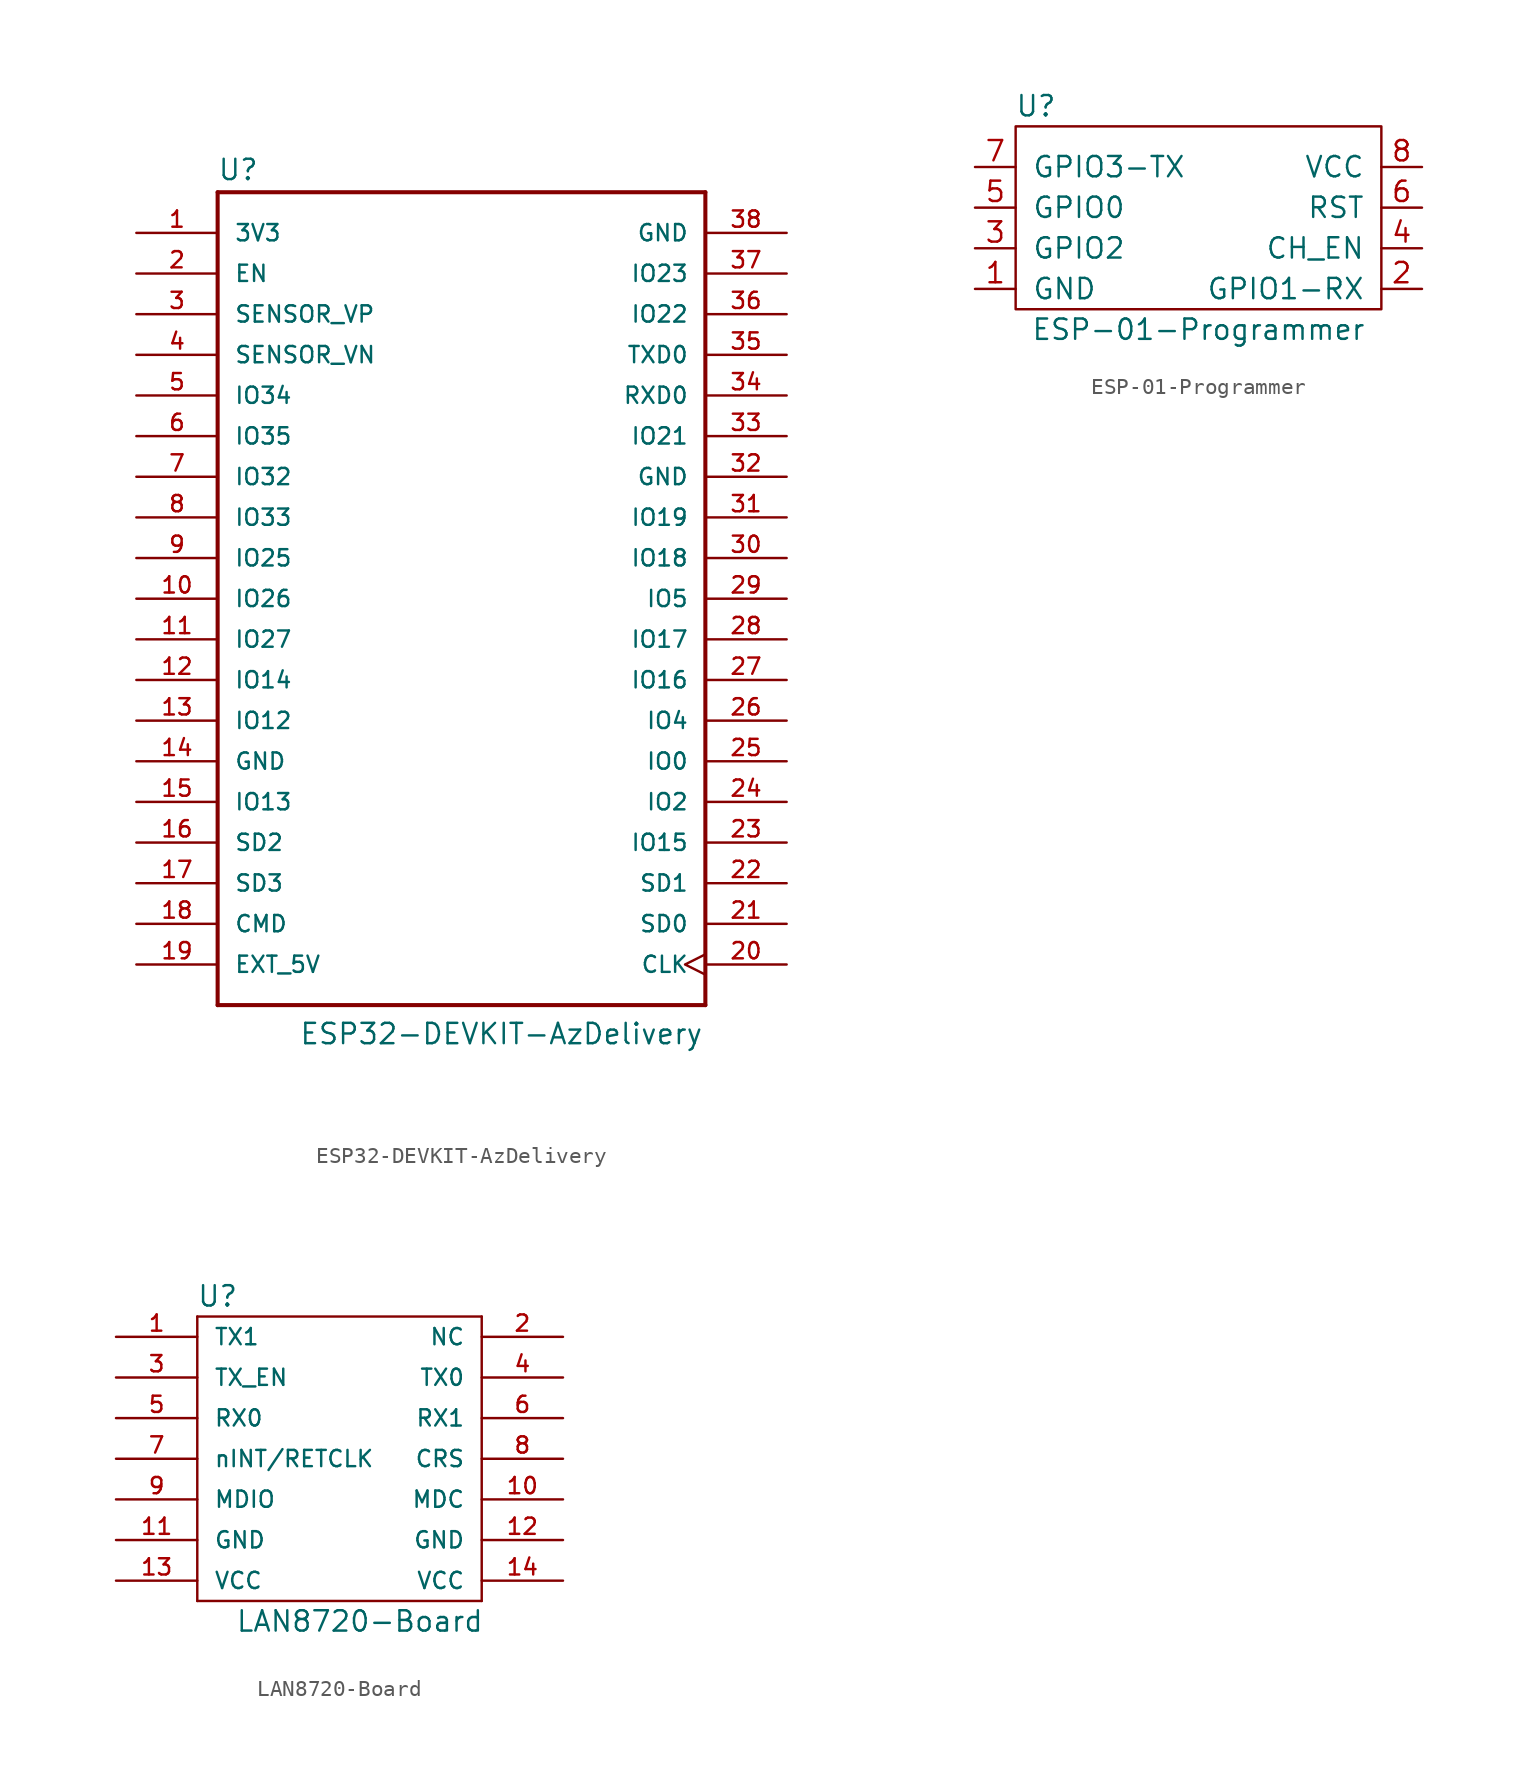
<source format=kicad_sym>
(kicad_symbol_lib
  (version 20210619)
  (generator kicad_symbol_editor)
  (symbol "boards:ESP32-DEVKIT-AzDelivery"
    (pin_names
      (offset 1.016))
    (property "Reference" "U"
      (at -15.265 26.06 0)
      (effects (font (size 1.27 1.27)) (justify left bottom)))
    (property "Value" "ESP32-DEVKIT-AzDelivery"
      (at -10.16 -27.94 0)
      (effects (font (size 1.27 1.27)) (justify left bottom)))
    (property "ki_locked" ""
      (at 0 0 0)
      (effects (font (size 1.27 1.27))))
    (symbol "ESP32-DEVKIT-AzDelivery_0_0"
      (polyline (pts (xy -15.24 -25.4) (xy -15.24 25.4)) (stroke (width 0.254)) (fill (type none)))
      (polyline (pts (xy -15.24 25.4) (xy 15.24 25.4)) (stroke (width 0.254)) (fill (type none)))
      (polyline (pts (xy 15.24 -25.4) (xy -15.24 -25.4)) (stroke (width 0.254)) (fill (type none)))
      (polyline (pts (xy 15.24 25.4) (xy 15.24 -25.4)) (stroke (width 0.254)) (fill (type none)))
      (pin power_in line (at -20.32 22.86 0) (length 5.08) (name "3V3" (effects (font (size 1.016 1.016)))) (number "1" (effects (font (size 1.016 1.016)))))
      (pin bidirectional line (at -20.32 0 0) (length 5.08) (name "IO26" (effects (font (size 1.016 1.016)))) (number "10" (effects (font (size 1.016 1.016)))))
      (pin bidirectional line (at -20.32 -2.54 0) (length 5.08) (name "IO27" (effects (font (size 1.016 1.016)))) (number "11" (effects (font (size 1.016 1.016)))))
      (pin bidirectional line (at -20.32 -5.08 0) (length 5.08) (name "IO14" (effects (font (size 1.016 1.016)))) (number "12" (effects (font (size 1.016 1.016)))))
      (pin bidirectional line (at -20.32 -7.62 0) (length 5.08) (name "IO12" (effects (font (size 1.016 1.016)))) (number "13" (effects (font (size 1.016 1.016)))))
      (pin power_in line (at -20.32 -10.16 0) (length 5.08) (name "GND" (effects (font (size 1.016 1.016)))) (number "14" (effects (font (size 1.016 1.016)))))
      (pin bidirectional line (at -20.32 -12.7 0) (length 5.08) (name "IO13" (effects (font (size 1.016 1.016)))) (number "15" (effects (font (size 1.016 1.016)))))
      (pin bidirectional line (at -20.32 -15.24 0) (length 5.08) (name "SD2" (effects (font (size 1.016 1.016)))) (number "16" (effects (font (size 1.016 1.016)))))
      (pin bidirectional line (at -20.32 -17.78 0) (length 5.08) (name "SD3" (effects (font (size 1.016 1.016)))) (number "17" (effects (font (size 1.016 1.016)))))
      (pin bidirectional line (at -20.32 -20.32 0) (length 5.08) (name "CMD" (effects (font (size 1.016 1.016)))) (number "18" (effects (font (size 1.016 1.016)))))
      (pin power_in line (at -20.32 -22.86 0) (length 5.08) (name "EXT_5V" (effects (font (size 1.016 1.016)))) (number "19" (effects (font (size 1.016 1.016)))))
      (pin input line (at -20.32 20.32 0) (length 5.08) (name "EN" (effects (font (size 1.016 1.016)))) (number "2" (effects (font (size 1.016 1.016)))))
      (pin input clock (at 20.32 -22.86 180) (length 5.08) (name "CLK" (effects (font (size 1.016 1.016)))) (number "20" (effects (font (size 1.016 1.016)))))
      (pin bidirectional line (at 20.32 -20.32 180) (length 5.08) (name "SD0" (effects (font (size 1.016 1.016)))) (number "21" (effects (font (size 1.016 1.016)))))
      (pin bidirectional line (at 20.32 -17.78 180) (length 5.08) (name "SD1" (effects (font (size 1.016 1.016)))) (number "22" (effects (font (size 1.016 1.016)))))
      (pin bidirectional line (at 20.32 -15.24 180) (length 5.08) (name "IO15" (effects (font (size 1.016 1.016)))) (number "23" (effects (font (size 1.016 1.016)))))
      (pin bidirectional line (at 20.32 -12.7 180) (length 5.08) (name "IO2" (effects (font (size 1.016 1.016)))) (number "24" (effects (font (size 1.016 1.016)))))
      (pin bidirectional line (at 20.32 -10.16 180) (length 5.08) (name "IO0" (effects (font (size 1.016 1.016)))) (number "25" (effects (font (size 1.016 1.016)))))
      (pin bidirectional line (at 20.32 -7.62 180) (length 5.08) (name "IO4" (effects (font (size 1.016 1.016)))) (number "26" (effects (font (size 1.016 1.016)))))
      (pin bidirectional line (at 20.32 -5.08 180) (length 5.08) (name "IO16" (effects (font (size 1.016 1.016)))) (number "27" (effects (font (size 1.016 1.016)))))
      (pin bidirectional line (at 20.32 -2.54 180) (length 5.08) (name "IO17" (effects (font (size 1.016 1.016)))) (number "28" (effects (font (size 1.016 1.016)))))
      (pin bidirectional line (at 20.32 0 180) (length 5.08) (name "IO5" (effects (font (size 1.016 1.016)))) (number "29" (effects (font (size 1.016 1.016)))))
      (pin input line (at -20.32 17.78 0) (length 5.08) (name "SENSOR_VP" (effects (font (size 1.016 1.016)))) (number "3" (effects (font (size 1.016 1.016)))))
      (pin bidirectional line (at 20.32 2.54 180) (length 5.08) (name "IO18" (effects (font (size 1.016 1.016)))) (number "30" (effects (font (size 1.016 1.016)))))
      (pin bidirectional line (at 20.32 5.08 180) (length 5.08) (name "IO19" (effects (font (size 1.016 1.016)))) (number "31" (effects (font (size 1.016 1.016)))))
      (pin power_in line (at 20.32 7.62 180) (length 5.08) (name "GND" (effects (font (size 1.016 1.016)))) (number "32" (effects (font (size 1.016 1.016)))))
      (pin bidirectional line (at 20.32 10.16 180) (length 5.08) (name "IO21" (effects (font (size 1.016 1.016)))) (number "33" (effects (font (size 1.016 1.016)))))
      (pin input line (at 20.32 12.7 180) (length 5.08) (name "RXD0" (effects (font (size 1.016 1.016)))) (number "34" (effects (font (size 1.016 1.016)))))
      (pin output line (at 20.32 15.24 180) (length 5.08) (name "TXD0" (effects (font (size 1.016 1.016)))) (number "35" (effects (font (size 1.016 1.016)))))
      (pin bidirectional line (at 20.32 17.78 180) (length 5.08) (name "IO22" (effects (font (size 1.016 1.016)))) (number "36" (effects (font (size 1.016 1.016)))))
      (pin bidirectional line (at 20.32 20.32 180) (length 5.08) (name "IO23" (effects (font (size 1.016 1.016)))) (number "37" (effects (font (size 1.016 1.016)))))
      (pin power_in line (at 20.32 22.86 180) (length 5.08) (name "GND" (effects (font (size 1.016 1.016)))) (number "38" (effects (font (size 1.016 1.016)))))
      (pin input line (at -20.32 15.24 0) (length 5.08) (name "SENSOR_VN" (effects (font (size 1.016 1.016)))) (number "4" (effects (font (size 1.016 1.016)))))
      (pin bidirectional line (at -20.32 12.7 0) (length 5.08) (name "IO34" (effects (font (size 1.016 1.016)))) (number "5" (effects (font (size 1.016 1.016)))))
      (pin bidirectional line (at -20.32 10.16 0) (length 5.08) (name "IO35" (effects (font (size 1.016 1.016)))) (number "6" (effects (font (size 1.016 1.016)))))
      (pin bidirectional line (at -20.32 7.62 0) (length 5.08) (name "IO32" (effects (font (size 1.016 1.016)))) (number "7" (effects (font (size 1.016 1.016)))))
      (pin bidirectional line (at -20.32 5.08 0) (length 5.08) (name "IO33" (effects (font (size 1.016 1.016)))) (number "8" (effects (font (size 1.016 1.016)))))
      (pin bidirectional line (at -20.32 2.54 0) (length 5.08) (name "IO25" (effects (font (size 1.016 1.016)))) (number "9" (effects (font (size 1.016 1.016)))))))
  (symbol "boards:ESP-01-Programmer"
    (pin_names
      (offset 1.016))
    (property "Reference" "U"
      (at -10.16 7.62 0)
      (effects (font (size 1.27 1.27))))
    (property "Value" "ESP-01-Programmer"
      (at 0 -6.35 0)
      (effects (font (size 1.27 1.27))))
    (symbol "ESP-01-Programmer_0_1"
      (rectangle (start -11.43 6.35) (end 11.43 -5.08) (stroke (width 0)) (fill (type none))))
    (symbol "ESP-01-Programmer_1_1"
      (pin power_out line (at -13.97 -3.81 0) (length 2.54) (name "GND" (effects (font (size 1.27 1.27)))) (number "1" (effects (font (size 1.27 1.27)))))
      (pin input line (at 13.97 -3.81 180) (length 2.54) (name "GPIO1-RX" (effects (font (size 1.27 1.27)))) (number "2" (effects (font (size 1.27 1.27)))))
      (pin bidirectional line (at -13.97 -1.27 0) (length 2.54) (name "GPIO2" (effects (font (size 1.27 1.27)))) (number "3" (effects (font (size 1.27 1.27)))))
      (pin output line (at 13.97 -1.27 180) (length 2.54) (name "CH_EN" (effects (font (size 1.27 1.27)))) (number "4" (effects (font (size 1.27 1.27)))))
      (pin bidirectional line (at -13.97 1.27 0) (length 2.54) (name "GPIO0" (effects (font (size 1.27 1.27)))) (number "5" (effects (font (size 1.27 1.27)))))
      (pin input line (at 13.97 1.27 180) (length 2.54) (name "RST" (effects (font (size 1.27 1.27)))) (number "6" (effects (font (size 1.27 1.27)))))
      (pin output line (at -13.97 3.81 0) (length 2.54) (name "GPIO3-TX" (effects (font (size 1.27 1.27)))) (number "7" (effects (font (size 1.27 1.27)))))
      (pin power_out line (at 13.97 3.81 180) (length 2.54) (name "VCC" (effects (font (size 1.27 1.27)))) (number "8" (effects (font (size 1.27 1.27)))))))
  (symbol "boards:LAN8720-Board"
    (pin_names
      (offset 1.016))
    (property "Reference" "U"
      (at -6.35 10.16 0)
      (effects (font (size 1.27 1.27))))
    (property "Value" "LAN8720-Board"
      (at 2.54 -10.16 0)
      (effects (font (size 1.27 1.27))))
    (symbol "LAN8720-Board_0_0"
      (pin output line (at -12.7 7.62 0) (length 5.08) (name "TX1" (effects (font (size 1.016 1.016)))) (number "1" (effects (font (size 1.016 1.016)))))
      (pin bidirectional line (at 15.24 -2.54 180) (length 5.08) (name "MDC" (effects (font (size 1.016 1.016)))) (number "10" (effects (font (size 1.016 1.016)))))
      (pin power_in line (at -12.7 -5.08 0) (length 5.08) (name "GND" (effects (font (size 1.016 1.016)))) (number "11" (effects (font (size 1.016 1.016)))))
      (pin power_in line (at 15.24 -5.08 180) (length 5.08) (name "GND" (effects (font (size 1.016 1.016)))) (number "12" (effects (font (size 1.016 1.016)))))
      (pin power_in line (at -12.7 -7.62 0) (length 5.08) (name "VCC" (effects (font (size 1.016 1.016)))) (number "13" (effects (font (size 1.016 1.016)))))
      (pin power_in line (at 15.24 -7.62 180) (length 5.08) (name "VCC" (effects (font (size 1.016 1.016)))) (number "14" (effects (font (size 1.016 1.016)))))
      (pin input line (at 15.24 7.62 180) (length 5.08) (name "NC" (effects (font (size 1.016 1.016)))) (number "2" (effects (font (size 1.016 1.016)))))
      (pin input line (at -12.7 5.08 0) (length 5.08) (name "TX_EN" (effects (font (size 1.016 1.016)))) (number "3" (effects (font (size 1.016 1.016)))))
      (pin input line (at 15.24 5.08 180) (length 5.08) (name "TX0" (effects (font (size 1.016 1.016)))) (number "4" (effects (font (size 1.016 1.016)))))
      (pin input line (at -12.7 2.54 0) (length 5.08) (name "RX0" (effects (font (size 1.016 1.016)))) (number "5" (effects (font (size 1.016 1.016)))))
      (pin input line (at 15.24 2.54 180) (length 5.08) (name "RX1" (effects (font (size 1.016 1.016)))) (number "6" (effects (font (size 1.016 1.016)))))
      (pin bidirectional line (at -12.7 0 0) (length 5.08) (name "nINT/RETCLK" (effects (font (size 1.016 1.016)))) (number "7" (effects (font (size 1.016 1.016)))))
      (pin bidirectional line (at 15.24 0 180) (length 5.08) (name "CRS" (effects (font (size 1.016 1.016)))) (number "8" (effects (font (size 1.016 1.016)))))
      (pin bidirectional line (at -12.7 -2.54 0) (length 5.08) (name "MDIO" (effects (font (size 1.016 1.016)))) (number "9" (effects (font (size 1.016 1.016))))))
    (symbol "LAN8720-Board_0_1"
      (rectangle (start -7.62 -8.89) (end 10.16 -8.89) (stroke (width 0)) (fill (type none)))
      (rectangle (start -7.62 8.89) (end -7.62 -8.89) (stroke (width 0)) (fill (type none)))
      (rectangle (start -7.62 8.89) (end 10.16 8.89) (stroke (width 0)) (fill (type none)))
      (rectangle (start 10.16 8.89) (end 10.16 -8.89) (stroke (width 0)) (fill (type none))))))
</source>
